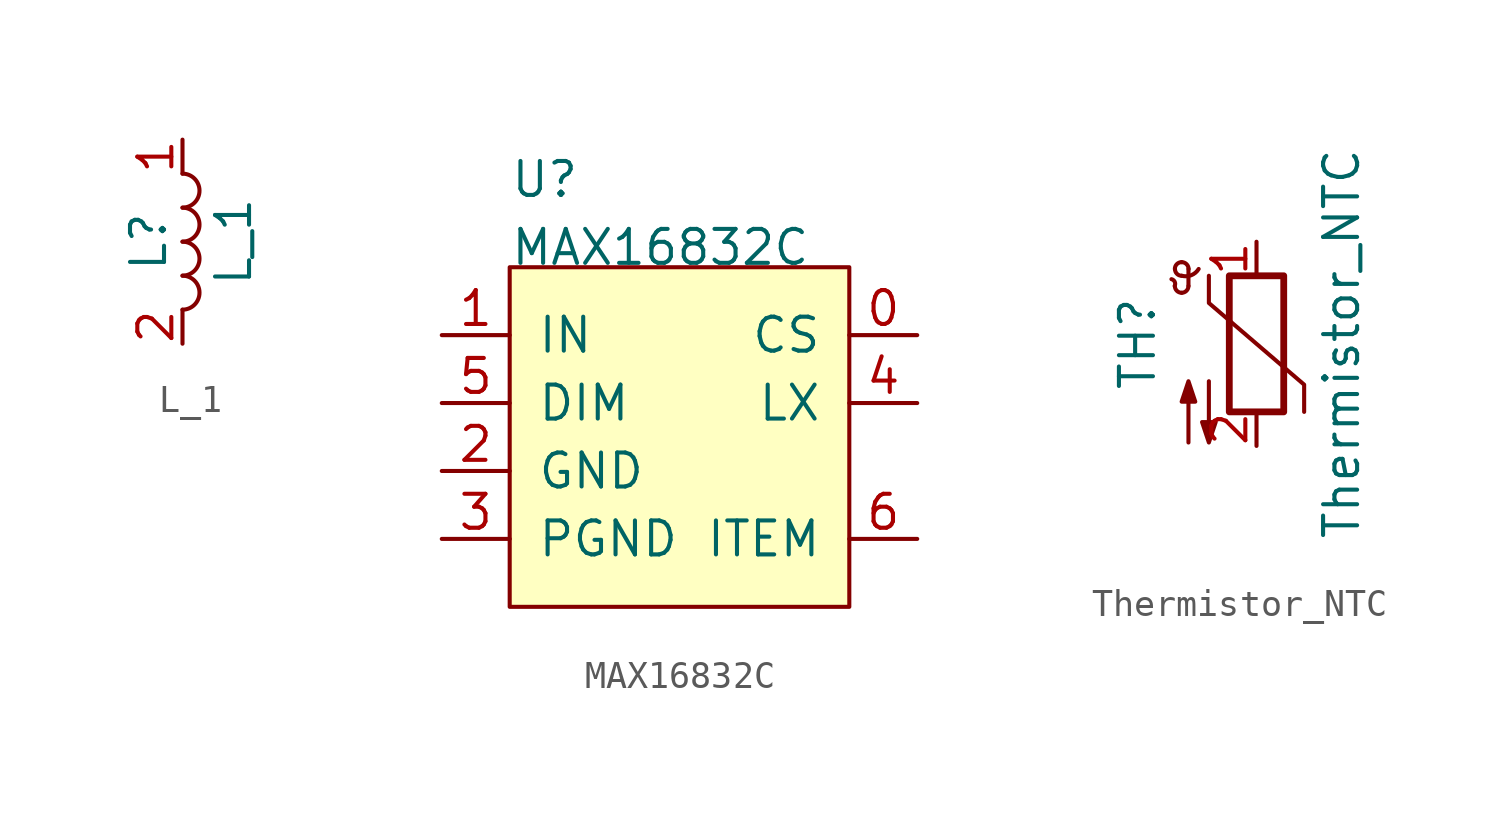
<source format=kicad_sym>
(kicad_symbol_lib
  (version 20231120)
  (generator "kicad_symbol_editor")
  (generator_version "8.0")
  (symbol "L_1"
    (pin_names
      (offset 1.016) hide)
    (property "Reference" "L"
      (at -1.27 0 90)
      (effects (font (size 1.27 1.27))))
    (property "Value" "L_1"
      (at 1.905 0 90)
      (effects (font (size 1.27 1.27))))
    (symbol "L_1_0_1"
      (arc (start 0 -2.54) (mid 0.6323 -1.905) (end 0 -1.27) (stroke (width 0) (type default)) (fill (type none)))
      (arc (start 0 -1.27) (mid 0.6323 -0.635) (end 0 0) (stroke (width 0) (type default)) (fill (type none)))
      (arc (start 0 0) (mid 0.6323 0.635) (end 0 1.27) (stroke (width 0) (type default)) (fill (type none)))
      (arc (start 0 1.27) (mid 0.6323 1.905) (end 0 2.54) (stroke (width 0) (type default)) (fill (type none))))
    (symbol "L_1_1_1"
      (pin passive line (at 0 3.81 270) (length 1.27) (name "1" (effects (font (size 1.27 1.27)))) (number "1" (effects (font (size 1.27 1.27)))))
      (pin passive line (at 0 -3.81 90) (length 1.27) (name "2" (effects (font (size 1.27 1.27)))) (number "2" (effects (font (size 1.27 1.27)))))))
  (symbol "MAX16832C"
    (pin_names
      (offset 1.016))
    (property "Reference" "U"
      (at -6.35 8.89 0)
      (effects (font (size 1.27 1.27)) (justify left bottom)))
    (property "Value" "MAX16832C"
      (at -6.35 6.35 0)
      (effects (font (size 1.27 1.27)) (justify left bottom)))
    (symbol "MAX16832C_0_1"
      (rectangle (start -6.35 6.35) (end 6.35 -6.35) (stroke (width 0) (type default)) (fill (type background))))
    (symbol "MAX16832C_1_1"
      (pin passive line (at 8.89 3.81 180) (length 2.54) (name "CS" (effects (font (size 1.27 1.27)))) (number "0" (effects (font (size 1.27 1.27)))))
      (pin passive line (at -8.89 3.81 0) (length 2.54) (name "IN" (effects (font (size 1.27 1.27)))) (number "1" (effects (font (size 1.27 1.27)))))
      (pin passive line (at -8.89 -1.27 0) (length 2.54) (name "GND" (effects (font (size 1.27 1.27)))) (number "2" (effects (font (size 1.27 1.27)))))
      (pin passive line (at -8.89 -3.81 0) (length 2.54) (name "PGND" (effects (font (size 1.27 1.27)))) (number "3" (effects (font (size 1.27 1.27)))))
      (pin passive line (at 8.89 1.27 180) (length 2.54) (name "LX" (effects (font (size 1.27 1.27)))) (number "4" (effects (font (size 1.27 1.27)))))
      (pin passive line (at -8.89 1.27 0) (length 2.54) (name "DIM" (effects (font (size 1.27 1.27)))) (number "5" (effects (font (size 1.27 1.27)))))
      (pin passive line (at 8.89 -3.81 180) (length 2.54) (name "ITEM" (effects (font (size 1.27 1.27)))) (number "6" (effects (font (size 1.27 1.27)))))))
  (symbol "Thermistor_NTC"
    (pin_names
      (offset 0) hide)
    (property "Reference" "TH"
      (at -4.445 0 90)
      (effects (font (size 1.27 1.27))))
    (property "Value" "Thermistor_NTC"
      (at 3.175 0 90)
      (effects (font (size 1.27 1.27))))
    (symbol "Thermistor_NTC_0_1"
      (arc (start -3.048 2.159) (mid -3.0495 2.3143) (end -3.175 2.413) (stroke (width 0) (type default)) (fill (type none)))
      (arc (start -3.048 2.159) (mid -2.9736 1.9794) (end -2.794 1.905) (stroke (width 0) (type default)) (fill (type none)))
      (arc (start -3.048 2.794) (mid -2.9736 2.6144) (end -2.794 2.54) (stroke (width 0) (type default)) (fill (type none)))
      (arc (start -2.794 1.905) (mid -2.6144 1.9794) (end -2.54 2.159) (stroke (width 0) (type default)) (fill (type none)))
      (arc (start -2.794 2.54) (mid -2.4393 2.5587) (end -2.159 2.794) (stroke (width 0) (type default)) (fill (type none)))
      (arc (start -2.794 3.048) (mid -2.9736 2.9736) (end -3.048 2.794) (stroke (width 0) (type default)) (fill (type none)))
      (arc (start -2.54 2.794) (mid -2.6144 2.9736) (end -2.794 3.048) (stroke (width 0) (type default)) (fill (type none)))
      (rectangle (start -1.016 2.54) (end 1.016 -2.54) (stroke (width 0.254) (type default)) (fill (type none)))
      (polyline (pts (xy -2.54 2.159) (xy -2.54 2.794)) (stroke (width 0) (type default)) (fill (type none)))
      (polyline (pts (xy -1.778 2.54) (xy -1.778 1.524) (xy 1.778 -1.524) (xy 1.778 -2.54)) (stroke (width 0) (type default)) (fill (type none)))
      (polyline (pts (xy -2.54 -3.683) (xy -2.54 -1.397) (xy -2.794 -2.159) (xy -2.286 -2.159) (xy -2.54 -1.397) (xy -2.54 -1.651)) (stroke (width 0) (type default)) (fill (type outline)))
      (polyline (pts (xy -1.778 -1.397) (xy -1.778 -3.683) (xy -2.032 -2.921) (xy -1.524 -2.921) (xy -1.778 -3.683) (xy -1.778 -3.429)) (stroke (width 0) (type default)) (fill (type outline))))
    (symbol "Thermistor_NTC_1_1"
      (pin passive line (at 0 3.81 270) (length 1.27) (name "~" (effects (font (size 1.27 1.27)))) (number "1" (effects (font (size 1.27 1.27)))))
      (pin passive line (at 0 -3.81 90) (length 1.27) (name "~" (effects (font (size 1.27 1.27)))) (number "2" (effects (font (size 1.27 1.27))))))))
</source>
